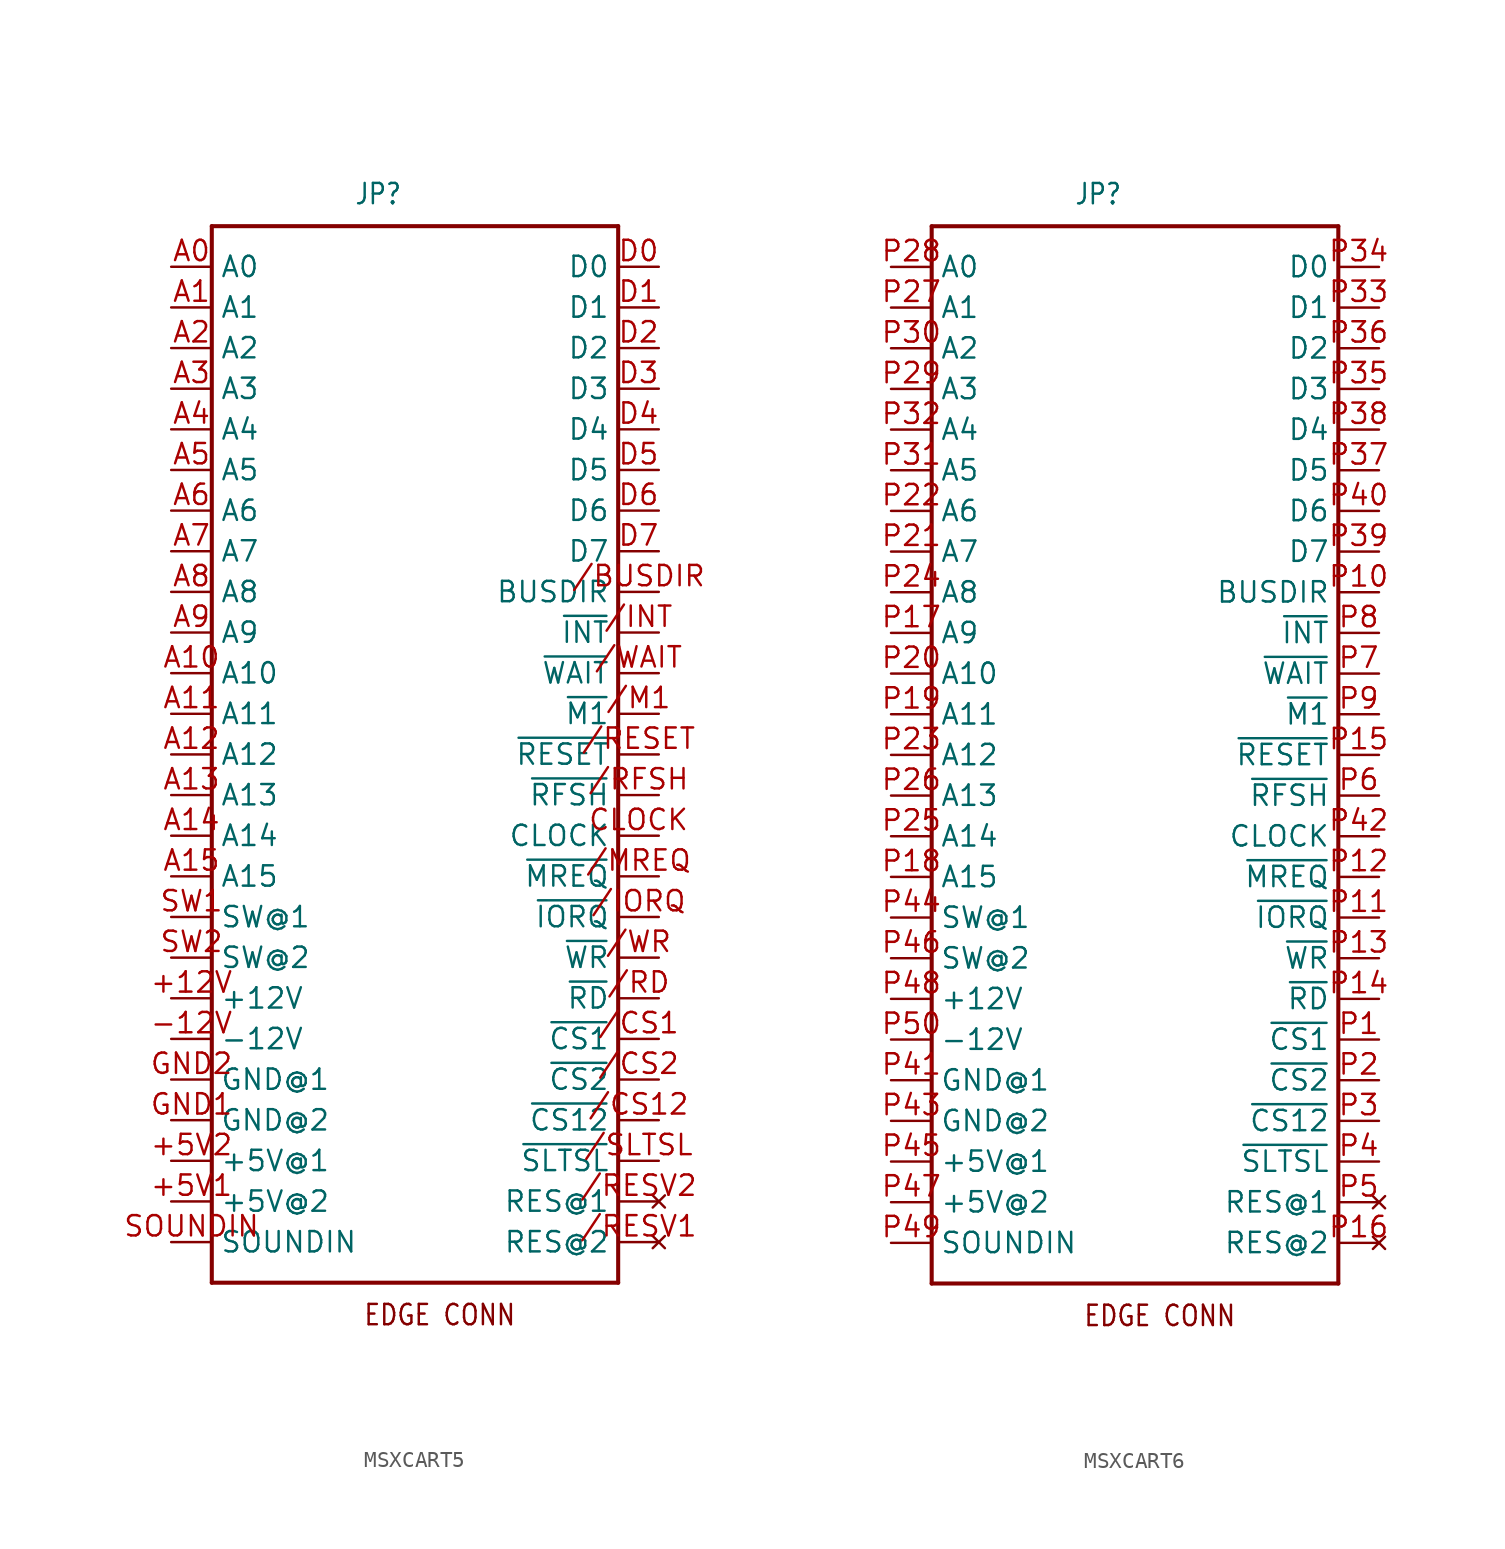
<source format=kicad_sym>
(kicad_symbol_lib
  (version 20211014)
  (generator kicad_symbol_editor)
  (symbol "MSXCART5"
    (property "Reference" "JP"
      (at -3.81 34.29 0)
      (effects (font (size 1.27 1.079)) (justify left bottom)))
    (property "ki_locked" ""
      (at 0 0 0)
      (effects (font (size 1.27 1.27))))
    (symbol "MSXCART5_1_0"
      (polyline (pts (xy -12.7 -33.02) (xy -12.7 33.02)) (stroke (width 0.254) (type default) (color 0 0 0 0)) (fill (type none)))
      (polyline (pts (xy -12.7 33.02) (xy 12.7 33.02)) (stroke (width 0.254) (type default) (color 0 0 0 0)) (fill (type none)))
      (polyline (pts (xy 12.7 -33.02) (xy -12.7 -33.02)) (stroke (width 0.254) (type default) (color 0 0 0 0)) (fill (type none)))
      (polyline (pts (xy 12.7 33.02) (xy 12.7 -33.02)) (stroke (width 0.254) (type default) (color 0 0 0 0)) (fill (type none)))
      (text "EDGE CONN" (at 6.35 -34.29 0) (effects (font (size 1.27 1.079)) (justify right top)))
      (pin power_in line (at -15.24 -15.24 0) (length 2.54) (name "+12V" (effects (font (size 1.27 1.27)))) (number "+12V" (effects (font (size 1.27 1.27)))))
      (pin power_in line (at -15.24 -27.94 0) (length 2.54) (name "+5V@2" (effects (font (size 1.27 1.27)))) (number "+5V1" (effects (font (size 1.27 1.27)))))
      (pin power_in line (at -15.24 -25.4 0) (length 2.54) (name "+5V@1" (effects (font (size 1.27 1.27)))) (number "+5V2" (effects (font (size 1.27 1.27)))))
      (pin power_in line (at -15.24 -17.78 0) (length 2.54) (name "-12V" (effects (font (size 1.27 1.27)))) (number "-12V" (effects (font (size 1.27 1.27)))))
      (pin input line (at 15.24 10.16 180) (length 2.54) (name "BUSDIR" (effects (font (size 1.27 1.27)))) (number "/BUSDIR" (effects (font (size 1.27 1.27)))))
      (pin output line (at 15.24 -17.78 180) (length 2.54) (name "~{CS1}" (effects (font (size 1.27 1.27)))) (number "/CS1" (effects (font (size 1.27 1.27)))))
      (pin output line (at 15.24 -22.86 180) (length 2.54) (name "~{CS12}" (effects (font (size 1.27 1.27)))) (number "/CS12" (effects (font (size 1.27 1.27)))))
      (pin output line (at 15.24 -20.32 180) (length 2.54) (name "~{CS2}" (effects (font (size 1.27 1.27)))) (number "/CS2" (effects (font (size 1.27 1.27)))))
      (pin open_collector line (at 15.24 7.62 180) (length 2.54) (name "~{INT}" (effects (font (size 1.27 1.27)))) (number "/INT" (effects (font (size 1.27 1.27)))))
      (pin output line (at 15.24 -10.16 180) (length 2.54) (name "~{IORQ}" (effects (font (size 1.27 1.27)))) (number "/IORQ" (effects (font (size 1.27 1.27)))))
      (pin output line (at 15.24 2.54 180) (length 2.54) (name "~{M1}" (effects (font (size 1.27 1.27)))) (number "/M1" (effects (font (size 1.27 1.27)))))
      (pin output line (at 15.24 -7.62 180) (length 2.54) (name "~{MREQ}" (effects (font (size 1.27 1.27)))) (number "/MREQ" (effects (font (size 1.27 1.27)))))
      (pin output line (at 15.24 -15.24 180) (length 2.54) (name "~{RD}" (effects (font (size 1.27 1.27)))) (number "/RD" (effects (font (size 1.27 1.27)))))
      (pin output line (at 15.24 0 180) (length 2.54) (name "~{RESET}" (effects (font (size 1.27 1.27)))) (number "/RESET" (effects (font (size 1.27 1.27)))))
      (pin no_connect line (at 15.24 -30.48 180) (length 2.54) (name "RES@2" (effects (font (size 1.27 1.27)))) (number "/RESV1" (effects (font (size 1.27 1.27)))))
      (pin no_connect line (at 15.24 -27.94 180) (length 2.54) (name "RES@1" (effects (font (size 1.27 1.27)))) (number "/RESV2" (effects (font (size 1.27 1.27)))))
      (pin output line (at 15.24 -2.54 180) (length 2.54) (name "~{RFSH}" (effects (font (size 1.27 1.27)))) (number "/RFSH" (effects (font (size 1.27 1.27)))))
      (pin output line (at 15.24 -25.4 180) (length 2.54) (name "~{SLTSL}" (effects (font (size 1.27 1.27)))) (number "/SLTSL" (effects (font (size 1.27 1.27)))))
      (pin open_collector line (at 15.24 5.08 180) (length 2.54) (name "~{WAIT}" (effects (font (size 1.27 1.27)))) (number "/WAIT" (effects (font (size 1.27 1.27)))))
      (pin output line (at 15.24 -12.7 180) (length 2.54) (name "~{WR}" (effects (font (size 1.27 1.27)))) (number "/WR" (effects (font (size 1.27 1.27)))))
      (pin output line (at -15.24 30.48 0) (length 2.54) (name "A0" (effects (font (size 1.27 1.27)))) (number "A0" (effects (font (size 1.27 1.27)))))
      (pin output line (at -15.24 27.94 0) (length 2.54) (name "A1" (effects (font (size 1.27 1.27)))) (number "A1" (effects (font (size 1.27 1.27)))))
      (pin output line (at -15.24 5.08 0) (length 2.54) (name "A10" (effects (font (size 1.27 1.27)))) (number "A10" (effects (font (size 1.27 1.27)))))
      (pin output line (at -15.24 2.54 0) (length 2.54) (name "A11" (effects (font (size 1.27 1.27)))) (number "A11" (effects (font (size 1.27 1.27)))))
      (pin output line (at -15.24 0 0) (length 2.54) (name "A12" (effects (font (size 1.27 1.27)))) (number "A12" (effects (font (size 1.27 1.27)))))
      (pin output line (at -15.24 -2.54 0) (length 2.54) (name "A13" (effects (font (size 1.27 1.27)))) (number "A13" (effects (font (size 1.27 1.27)))))
      (pin output line (at -15.24 -5.08 0) (length 2.54) (name "A14" (effects (font (size 1.27 1.27)))) (number "A14" (effects (font (size 1.27 1.27)))))
      (pin output line (at -15.24 -7.62 0) (length 2.54) (name "A15" (effects (font (size 1.27 1.27)))) (number "A15" (effects (font (size 1.27 1.27)))))
      (pin output line (at -15.24 25.4 0) (length 2.54) (name "A2" (effects (font (size 1.27 1.27)))) (number "A2" (effects (font (size 1.27 1.27)))))
      (pin output line (at -15.24 22.86 0) (length 2.54) (name "A3" (effects (font (size 1.27 1.27)))) (number "A3" (effects (font (size 1.27 1.27)))))
      (pin output line (at -15.24 20.32 0) (length 2.54) (name "A4" (effects (font (size 1.27 1.27)))) (number "A4" (effects (font (size 1.27 1.27)))))
      (pin output line (at -15.24 17.78 0) (length 2.54) (name "A5" (effects (font (size 1.27 1.27)))) (number "A5" (effects (font (size 1.27 1.27)))))
      (pin output line (at -15.24 15.24 0) (length 2.54) (name "A6" (effects (font (size 1.27 1.27)))) (number "A6" (effects (font (size 1.27 1.27)))))
      (pin output line (at -15.24 12.7 0) (length 2.54) (name "A7" (effects (font (size 1.27 1.27)))) (number "A7" (effects (font (size 1.27 1.27)))))
      (pin output line (at -15.24 10.16 0) (length 2.54) (name "A8" (effects (font (size 1.27 1.27)))) (number "A8" (effects (font (size 1.27 1.27)))))
      (pin output line (at -15.24 7.62 0) (length 2.54) (name "A9" (effects (font (size 1.27 1.27)))) (number "A9" (effects (font (size 1.27 1.27)))))
      (pin output line (at 15.24 -5.08 180) (length 2.54) (name "CLOCK" (effects (font (size 1.27 1.27)))) (number "CLOCK" (effects (font (size 1.27 1.27)))))
      (pin bidirectional line (at 15.24 30.48 180) (length 2.54) (name "D0" (effects (font (size 1.27 1.27)))) (number "D0" (effects (font (size 1.27 1.27)))))
      (pin bidirectional line (at 15.24 27.94 180) (length 2.54) (name "D1" (effects (font (size 1.27 1.27)))) (number "D1" (effects (font (size 1.27 1.27)))))
      (pin bidirectional line (at 15.24 25.4 180) (length 2.54) (name "D2" (effects (font (size 1.27 1.27)))) (number "D2" (effects (font (size 1.27 1.27)))))
      (pin bidirectional line (at 15.24 22.86 180) (length 2.54) (name "D3" (effects (font (size 1.27 1.27)))) (number "D3" (effects (font (size 1.27 1.27)))))
      (pin bidirectional line (at 15.24 20.32 180) (length 2.54) (name "D4" (effects (font (size 1.27 1.27)))) (number "D4" (effects (font (size 1.27 1.27)))))
      (pin bidirectional line (at 15.24 17.78 180) (length 2.54) (name "D5" (effects (font (size 1.27 1.27)))) (number "D5" (effects (font (size 1.27 1.27)))))
      (pin bidirectional line (at 15.24 15.24 180) (length 2.54) (name "D6" (effects (font (size 1.27 1.27)))) (number "D6" (effects (font (size 1.27 1.27)))))
      (pin bidirectional line (at 15.24 12.7 180) (length 2.54) (name "D7" (effects (font (size 1.27 1.27)))) (number "D7" (effects (font (size 1.27 1.27)))))
      (pin power_in line (at -15.24 -22.86 0) (length 2.54) (name "GND@2" (effects (font (size 1.27 1.27)))) (number "GND1" (effects (font (size 1.27 1.27)))))
      (pin power_in line (at -15.24 -20.32 0) (length 2.54) (name "GND@1" (effects (font (size 1.27 1.27)))) (number "GND2" (effects (font (size 1.27 1.27)))))
      (pin passive line (at -15.24 -30.48 0) (length 2.54) (name "SOUNDIN" (effects (font (size 1.27 1.27)))) (number "SOUNDIN" (effects (font (size 1.27 1.27)))))
      (pin passive line (at -15.24 -10.16 0) (length 2.54) (name "SW@1" (effects (font (size 1.27 1.27)))) (number "SW1" (effects (font (size 1.27 1.27)))))
      (pin passive line (at -15.24 -12.7 0) (length 2.54) (name "SW@2" (effects (font (size 1.27 1.27)))) (number "SW2" (effects (font (size 1.27 1.27)))))))
  (symbol "MSXCART6"
    (property "Reference" "JP"
      (at -3.81 34.29 0)
      (effects (font (size 1.27 1.079)) (justify left bottom)))
    (property "ki_locked" ""
      (at 0 0 0)
      (effects (font (size 1.27 1.27))))
    (symbol "MSXCART6_1_0"
      (polyline (pts (xy -12.7 -33.02) (xy -12.7 33.02)) (stroke (width 0.254) (type default) (color 0 0 0 0)) (fill (type none)))
      (polyline (pts (xy -12.7 33.02) (xy 12.7 33.02)) (stroke (width 0.254) (type default) (color 0 0 0 0)) (fill (type none)))
      (polyline (pts (xy 12.7 -33.02) (xy -12.7 -33.02)) (stroke (width 0.254) (type default) (color 0 0 0 0)) (fill (type none)))
      (polyline (pts (xy 12.7 33.02) (xy 12.7 -33.02)) (stroke (width 0.254) (type default) (color 0 0 0 0)) (fill (type none)))
      (text "EDGE CONN" (at 6.35 -34.29 0) (effects (font (size 1.27 1.079)) (justify right top)))
      (pin output line (at 15.24 -17.78 180) (length 2.54) (name "~{CS1}" (effects (font (size 1.27 1.27)))) (number "P1" (effects (font (size 1.27 1.27)))))
      (pin input line (at 15.24 10.16 180) (length 2.54) (name "BUSDIR" (effects (font (size 1.27 1.27)))) (number "P10" (effects (font (size 1.27 1.27)))))
      (pin output line (at 15.24 -10.16 180) (length 2.54) (name "~{IORQ}" (effects (font (size 1.27 1.27)))) (number "P11" (effects (font (size 1.27 1.27)))))
      (pin output line (at 15.24 -7.62 180) (length 2.54) (name "~{MREQ}" (effects (font (size 1.27 1.27)))) (number "P12" (effects (font (size 1.27 1.27)))))
      (pin output line (at 15.24 -12.7 180) (length 2.54) (name "~{WR}" (effects (font (size 1.27 1.27)))) (number "P13" (effects (font (size 1.27 1.27)))))
      (pin output line (at 15.24 -15.24 180) (length 2.54) (name "~{RD}" (effects (font (size 1.27 1.27)))) (number "P14" (effects (font (size 1.27 1.27)))))
      (pin output line (at 15.24 0 180) (length 2.54) (name "~{RESET}" (effects (font (size 1.27 1.27)))) (number "P15" (effects (font (size 1.27 1.27)))))
      (pin no_connect line (at 15.24 -30.48 180) (length 2.54) (name "RES@2" (effects (font (size 1.27 1.27)))) (number "P16" (effects (font (size 1.27 1.27)))))
      (pin output line (at -15.24 7.62 0) (length 2.54) (name "A9" (effects (font (size 1.27 1.27)))) (number "P17" (effects (font (size 1.27 1.27)))))
      (pin output line (at -15.24 -7.62 0) (length 2.54) (name "A15" (effects (font (size 1.27 1.27)))) (number "P18" (effects (font (size 1.27 1.27)))))
      (pin output line (at -15.24 2.54 0) (length 2.54) (name "A11" (effects (font (size 1.27 1.27)))) (number "P19" (effects (font (size 1.27 1.27)))))
      (pin output line (at 15.24 -20.32 180) (length 2.54) (name "~{CS2}" (effects (font (size 1.27 1.27)))) (number "P2" (effects (font (size 1.27 1.27)))))
      (pin output line (at -15.24 5.08 0) (length 2.54) (name "A10" (effects (font (size 1.27 1.27)))) (number "P20" (effects (font (size 1.27 1.27)))))
      (pin output line (at -15.24 12.7 0) (length 2.54) (name "A7" (effects (font (size 1.27 1.27)))) (number "P21" (effects (font (size 1.27 1.27)))))
      (pin output line (at -15.24 15.24 0) (length 2.54) (name "A6" (effects (font (size 1.27 1.27)))) (number "P22" (effects (font (size 1.27 1.27)))))
      (pin output line (at -15.24 0 0) (length 2.54) (name "A12" (effects (font (size 1.27 1.27)))) (number "P23" (effects (font (size 1.27 1.27)))))
      (pin output line (at -15.24 10.16 0) (length 2.54) (name "A8" (effects (font (size 1.27 1.27)))) (number "P24" (effects (font (size 1.27 1.27)))))
      (pin output line (at -15.24 -5.08 0) (length 2.54) (name "A14" (effects (font (size 1.27 1.27)))) (number "P25" (effects (font (size 1.27 1.27)))))
      (pin output line (at -15.24 -2.54 0) (length 2.54) (name "A13" (effects (font (size 1.27 1.27)))) (number "P26" (effects (font (size 1.27 1.27)))))
      (pin output line (at -15.24 27.94 0) (length 2.54) (name "A1" (effects (font (size 1.27 1.27)))) (number "P27" (effects (font (size 1.27 1.27)))))
      (pin output line (at -15.24 30.48 0) (length 2.54) (name "A0" (effects (font (size 1.27 1.27)))) (number "P28" (effects (font (size 1.27 1.27)))))
      (pin output line (at -15.24 22.86 0) (length 2.54) (name "A3" (effects (font (size 1.27 1.27)))) (number "P29" (effects (font (size 1.27 1.27)))))
      (pin output line (at 15.24 -22.86 180) (length 2.54) (name "~{CS12}" (effects (font (size 1.27 1.27)))) (number "P3" (effects (font (size 1.27 1.27)))))
      (pin output line (at -15.24 25.4 0) (length 2.54) (name "A2" (effects (font (size 1.27 1.27)))) (number "P30" (effects (font (size 1.27 1.27)))))
      (pin output line (at -15.24 17.78 0) (length 2.54) (name "A5" (effects (font (size 1.27 1.27)))) (number "P31" (effects (font (size 1.27 1.27)))))
      (pin output line (at -15.24 20.32 0) (length 2.54) (name "A4" (effects (font (size 1.27 1.27)))) (number "P32" (effects (font (size 1.27 1.27)))))
      (pin bidirectional line (at 15.24 27.94 180) (length 2.54) (name "D1" (effects (font (size 1.27 1.27)))) (number "P33" (effects (font (size 1.27 1.27)))))
      (pin bidirectional line (at 15.24 30.48 180) (length 2.54) (name "D0" (effects (font (size 1.27 1.27)))) (number "P34" (effects (font (size 1.27 1.27)))))
      (pin bidirectional line (at 15.24 22.86 180) (length 2.54) (name "D3" (effects (font (size 1.27 1.27)))) (number "P35" (effects (font (size 1.27 1.27)))))
      (pin bidirectional line (at 15.24 25.4 180) (length 2.54) (name "D2" (effects (font (size 1.27 1.27)))) (number "P36" (effects (font (size 1.27 1.27)))))
      (pin bidirectional line (at 15.24 17.78 180) (length 2.54) (name "D5" (effects (font (size 1.27 1.27)))) (number "P37" (effects (font (size 1.27 1.27)))))
      (pin bidirectional line (at 15.24 20.32 180) (length 2.54) (name "D4" (effects (font (size 1.27 1.27)))) (number "P38" (effects (font (size 1.27 1.27)))))
      (pin bidirectional line (at 15.24 12.7 180) (length 2.54) (name "D7" (effects (font (size 1.27 1.27)))) (number "P39" (effects (font (size 1.27 1.27)))))
      (pin output line (at 15.24 -25.4 180) (length 2.54) (name "~{SLTSL}" (effects (font (size 1.27 1.27)))) (number "P4" (effects (font (size 1.27 1.27)))))
      (pin bidirectional line (at 15.24 15.24 180) (length 2.54) (name "D6" (effects (font (size 1.27 1.27)))) (number "P40" (effects (font (size 1.27 1.27)))))
      (pin power_in line (at -15.24 -20.32 0) (length 2.54) (name "GND@1" (effects (font (size 1.27 1.27)))) (number "P41" (effects (font (size 1.27 1.27)))))
      (pin output line (at 15.24 -5.08 180) (length 2.54) (name "CLOCK" (effects (font (size 1.27 1.27)))) (number "P42" (effects (font (size 1.27 1.27)))))
      (pin power_in line (at -15.24 -22.86 0) (length 2.54) (name "GND@2" (effects (font (size 1.27 1.27)))) (number "P43" (effects (font (size 1.27 1.27)))))
      (pin passive line (at -15.24 -10.16 0) (length 2.54) (name "SW@1" (effects (font (size 1.27 1.27)))) (number "P44" (effects (font (size 1.27 1.27)))))
      (pin power_in line (at -15.24 -25.4 0) (length 2.54) (name "+5V@1" (effects (font (size 1.27 1.27)))) (number "P45" (effects (font (size 1.27 1.27)))))
      (pin passive line (at -15.24 -12.7 0) (length 2.54) (name "SW@2" (effects (font (size 1.27 1.27)))) (number "P46" (effects (font (size 1.27 1.27)))))
      (pin power_in line (at -15.24 -27.94 0) (length 2.54) (name "+5V@2" (effects (font (size 1.27 1.27)))) (number "P47" (effects (font (size 1.27 1.27)))))
      (pin power_in line (at -15.24 -15.24 0) (length 2.54) (name "+12V" (effects (font (size 1.27 1.27)))) (number "P48" (effects (font (size 1.27 1.27)))))
      (pin passive line (at -15.24 -30.48 0) (length 2.54) (name "SOUNDIN" (effects (font (size 1.27 1.27)))) (number "P49" (effects (font (size 1.27 1.27)))))
      (pin no_connect line (at 15.24 -27.94 180) (length 2.54) (name "RES@1" (effects (font (size 1.27 1.27)))) (number "P5" (effects (font (size 1.27 1.27)))))
      (pin power_in line (at -15.24 -17.78 0) (length 2.54) (name "-12V" (effects (font (size 1.27 1.27)))) (number "P50" (effects (font (size 1.27 1.27)))))
      (pin output line (at 15.24 -2.54 180) (length 2.54) (name "~{RFSH}" (effects (font (size 1.27 1.27)))) (number "P6" (effects (font (size 1.27 1.27)))))
      (pin open_collector line (at 15.24 5.08 180) (length 2.54) (name "~{WAIT}" (effects (font (size 1.27 1.27)))) (number "P7" (effects (font (size 1.27 1.27)))))
      (pin open_collector line (at 15.24 7.62 180) (length 2.54) (name "~{INT}" (effects (font (size 1.27 1.27)))) (number "P8" (effects (font (size 1.27 1.27)))))
      (pin output line (at 15.24 2.54 180) (length 2.54) (name "~{M1}" (effects (font (size 1.27 1.27)))) (number "P9" (effects (font (size 1.27 1.27))))))))
</source>
